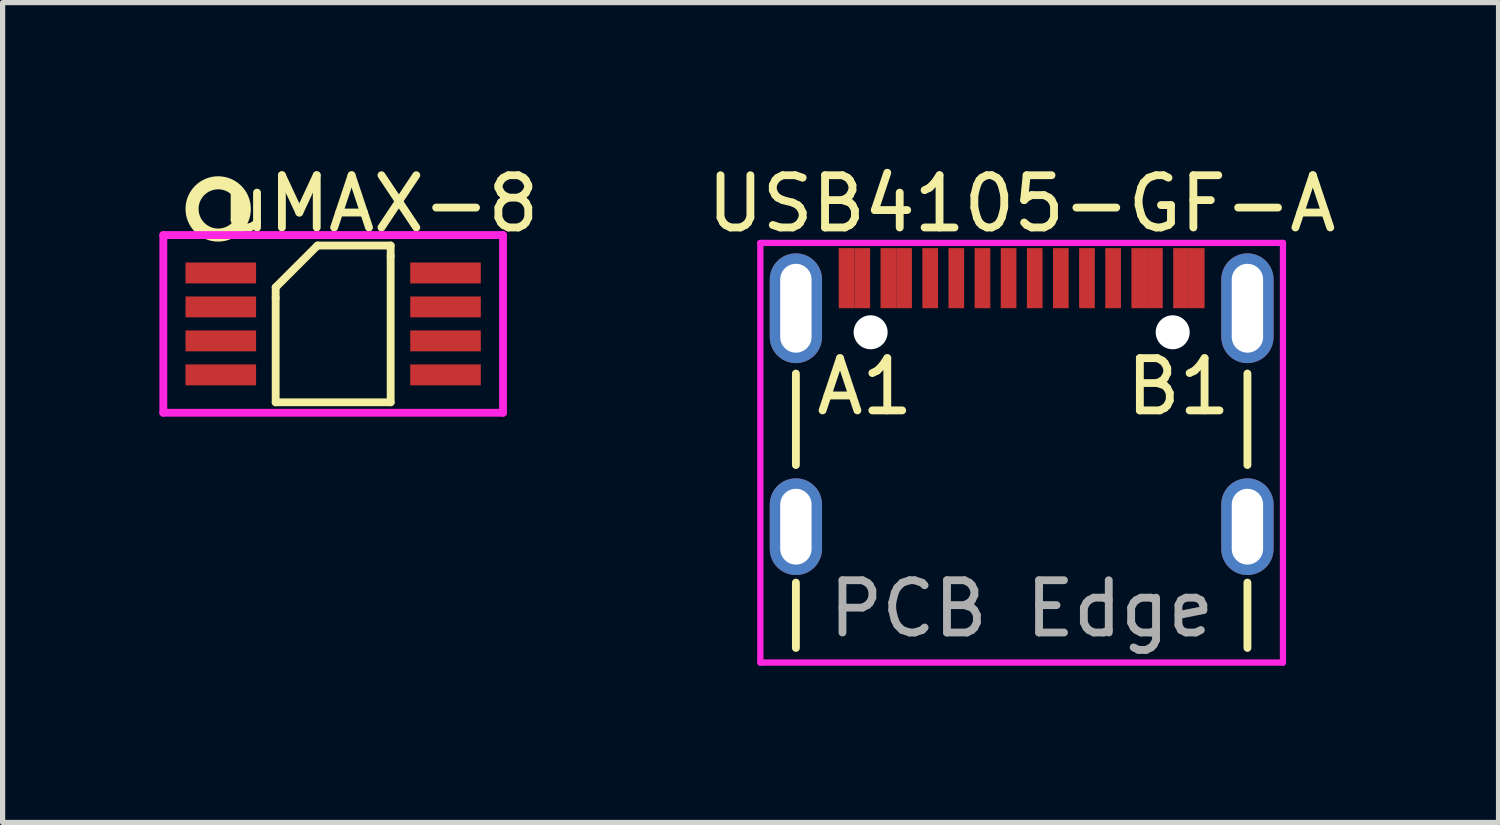
<source format=kicad_pcb>
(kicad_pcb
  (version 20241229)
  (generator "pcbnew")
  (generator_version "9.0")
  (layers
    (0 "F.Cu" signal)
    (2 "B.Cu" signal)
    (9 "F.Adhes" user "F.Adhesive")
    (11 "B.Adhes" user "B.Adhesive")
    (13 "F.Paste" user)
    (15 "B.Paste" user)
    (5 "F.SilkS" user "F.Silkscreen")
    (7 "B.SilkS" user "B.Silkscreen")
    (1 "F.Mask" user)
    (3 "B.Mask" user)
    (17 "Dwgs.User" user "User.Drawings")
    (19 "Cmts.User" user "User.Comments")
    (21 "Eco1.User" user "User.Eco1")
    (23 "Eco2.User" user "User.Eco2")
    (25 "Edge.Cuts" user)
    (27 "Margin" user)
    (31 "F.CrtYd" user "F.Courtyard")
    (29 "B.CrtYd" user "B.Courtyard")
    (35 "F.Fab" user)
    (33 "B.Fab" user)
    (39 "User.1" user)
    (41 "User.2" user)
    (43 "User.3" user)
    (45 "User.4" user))
  (footprint "USB4105-GF-A"
    (layer "F.Cu")
    (at 16.499 2.848)
    (property "Reference" "USB4105-GF-A" (at 0 -2 0) (layer "F.SilkS") (effects (font (size 1 1) (thickness 0.15))))
    (attr through_hole)
    (fp_line (start -4.32 3) (end -4.32 1.25) (stroke (width 0.15) (type solid)) (layer "F.SilkS"))
    (fp_line (start -4.32 5.25) (end -4.32 6.5) (stroke (width 0.15) (type solid)) (layer "F.SilkS"))
    (fp_line (start 4.32 1.25) (end 4.32 3) (stroke (width 0.15) (type solid)) (layer "F.SilkS"))
    (fp_line (start 4.32 5.25) (end 4.32 6.5) (stroke (width 0.15) (type solid)) (layer "F.SilkS"))
    (fp_line (start -5 -1.25) (end -5 6.78) (stroke (width 0.12) (type solid)) (layer "F.CrtYd"))
    (fp_line (start -5 -1.25) (end 5 -1.25) (stroke (width 0.12) (type solid)) (layer "F.CrtYd"))
    (fp_line (start -5 6.78) (end 5 6.78) (stroke (width 0.12) (type solid)) (layer "F.CrtYd"))
    (fp_line (start 5 -1.25) (end 5 6.78) (stroke (width 0.12) (type solid)) (layer "F.CrtYd"))
    (fp_text user "B1" (at 3 1.5 0) (layer "F.SilkS") (effects (font (size 1 1) (thickness 0.15))))
    (fp_text user "A1" (at -3 1.5 0) (layer "F.SilkS") (effects (font (size 1 1) (thickness 0.15))))
    (fp_text user "PCB Edge" (at 0 5.75 0) (layer "F.Fab") (effects (font (size 1 1) (thickness 0.15))))
    (pad "" np_thru_hole circle (at -2.89 0.46) (size 0.65 0.65) (drill 0.65) (layers "*.Cu" "*.Mask"))
    (pad "" np_thru_hole circle (at 2.89 0.46) (size 0.65 0.65) (drill 0.65) (layers "*.Cu" "*.Mask"))
    (pad "A1" smd rect (at -3.35 -0.575) (size 0.3 1.15) (layers "F.Cu" "F.Mask" "F.Paste"))
    (pad "A4" smd rect (at -2.55 -0.575) (size 0.3 1.15) (layers "F.Cu" "F.Mask" "F.Paste"))
    (pad "A5" smd rect (at -1.25 -0.575) (size 0.3 1.15) (layers "F.Cu" "F.Mask" "F.Paste"))
    (pad "A6" smd rect (at -0.25 -0.575) (size 0.3 1.15) (layers "F.Cu" "F.Mask" "F.Paste"))
    (pad "A7" smd rect (at 0.25 -0.575) (size 0.3 1.15) (layers "F.Cu" "F.Mask" "F.Paste"))
    (pad "A8" smd rect (at 1.25 -0.575) (size 0.3 1.15) (layers "F.Cu" "F.Mask" "F.Paste"))
    (pad "A9" smd rect (at 2.55 -0.575) (size 0.3 1.15) (layers "F.Cu" "F.Mask" "F.Paste"))
    (pad "A12" smd rect (at 3.35 -0.575) (size 0.3 1.15) (layers "F.Cu" "F.Mask" "F.Paste"))
    (pad "B1" smd rect (at 3.05 -0.575) (size 0.3 1.15) (layers "F.Cu" "F.Mask" "F.Paste"))
    (pad "B4" smd rect (at 2.25 -0.575) (size 0.3 1.15) (layers "F.Cu" "F.Mask" "F.Paste"))
    (pad "B5" smd rect (at 1.75 -0.575) (size 0.3 1.15) (layers "F.Cu" "F.Mask" "F.Paste"))
    (pad "B6" smd rect (at 0.75 -0.575) (size 0.3 1.15) (layers "F.Cu" "F.Mask" "F.Paste"))
    (pad "B7" smd rect (at -0.75 -0.575) (size 0.3 1.15) (layers "F.Cu" "F.Mask" "F.Paste"))
    (pad "B8" smd rect (at -1.75 -0.575) (size 0.3 1.15) (layers "F.Cu" "F.Mask" "F.Paste"))
    (pad "B9" smd rect (at -2.25 -0.575) (size 0.3 1.15) (layers "F.Cu" "F.Mask" "F.Paste"))
    (pad "B12" smd rect (at -3.05 -0.575) (size 0.3 1.15) (layers "F.Cu" "F.Mask" "F.Paste"))
    (pad "S1" thru_hole oval (at -4.32 0) (size 1 2.1) (drill oval 0.6 1.7) (layers "*.Cu" "*.Mask"))
    (pad "S1" thru_hole oval (at -4.32 4.18) (size 1 1.85) (drill oval 0.6 1.45) (layers "*.Cu" "*.Mask"))
    (pad "S1" thru_hole oval (at 4.32 0) (size 1 2.1) (drill oval 0.6 1.7) (layers "*.Cu" "*.Mask"))
    (pad "S1" thru_hole oval (at 4.32 4.18) (size 1 1.85) (drill oval 0.6 1.45) (layers "*.Cu" "*.Mask")))
  (footprint "uMAX-8"
    (layer "F.Cu")
    (at 3.325 3.148)
    (property "Reference" "uMAX-8" (at 0.9 -2.3 0) (layer "F.SilkS") (effects (font (size 1 1) (thickness 0.15))))
    (attr through_hole)
    (fp_line (start -1.1 -0.7) (end -1.1 -0.5) (stroke (width 0.15) (type solid)) (layer "F.SilkS"))
    (fp_line (start -1.1 -0.7) (end -0.3 -1.5) (stroke (width 0.15) (type solid)) (layer "F.SilkS"))
    (fp_line (start -1.1 1.5) (end -1.1 -0.5) (stroke (width 0.15) (type solid)) (layer "F.SilkS"))
    (fp_line (start -0.3 -1.5) (end 1.1 -1.5) (stroke (width 0.15) (type solid)) (layer "F.SilkS"))
    (fp_line (start 1.1 -1.3) (end 1.1 -1.5) (stroke (width 0.15) (type solid)) (layer "F.SilkS"))
    (fp_line (start 1.1 -1.3) (end 1.1 1.5) (stroke (width 0.15) (type solid)) (layer "F.SilkS"))
    (fp_line (start 1.1 1.5) (end -1.1 1.5) (stroke (width 0.15) (type solid)) (layer "F.SilkS"))
    (fp_circle (center -2.2 -2.2) (end -1.7 -2.2) (stroke (width 0.25) (type solid)) (fill no) (layer "F.SilkS"))
    (fp_line (start -3.25 -1.7) (end -3.25 1.7) (stroke (width 0.15) (type solid)) (layer "F.CrtYd"))
    (fp_line (start -3.25 -1.7) (end 3.25 -1.7) (stroke (width 0.15) (type solid)) (layer "F.CrtYd"))
    (fp_line (start 3.25 -1.7) (end 3.25 1.7) (stroke (width 0.15) (type solid)) (layer "F.CrtYd"))
    (fp_line (start 3.25 1.7) (end -3.25 1.7) (stroke (width 0.15) (type solid)) (layer "F.CrtYd"))
    (pad "1" smd rect (at -2.15 -0.975) (size 1.35 0.4) (layers "F.Cu" "F.Mask" "F.Paste"))
    (pad "2" smd rect (at -2.15 -0.325) (size 1.35 0.4) (layers "F.Cu" "F.Mask" "F.Paste"))
    (pad "3" smd rect (at -2.15 0.325) (size 1.35 0.4) (layers "F.Cu" "F.Mask" "F.Paste"))
    (pad "4" smd rect (at -2.15 0.975) (size 1.35 0.4) (layers "F.Cu" "F.Mask" "F.Paste"))
    (pad "5" smd rect (at 2.15 0.975) (size 1.35 0.4) (layers "F.Cu" "F.Mask" "F.Paste"))
    (pad "6" smd rect (at 2.15 0.325) (size 1.35 0.4) (layers "F.Cu" "F.Mask" "F.Paste"))
    (pad "7" smd rect (at 2.15 -0.325) (size 1.35 0.4) (layers "F.Cu" "F.Mask" "F.Paste"))
    (pad "8" smd rect (at 2.15 -0.975) (size 1.35 0.4) (layers "F.Cu" "F.Mask" "F.Paste")))
  (gr_rect
    (start -3 -3)
    (end 25.624 12.688)
    (stroke (width 0.1) (type default))
    (fill no)
    (layer "Edge.Cuts")))
</source>
